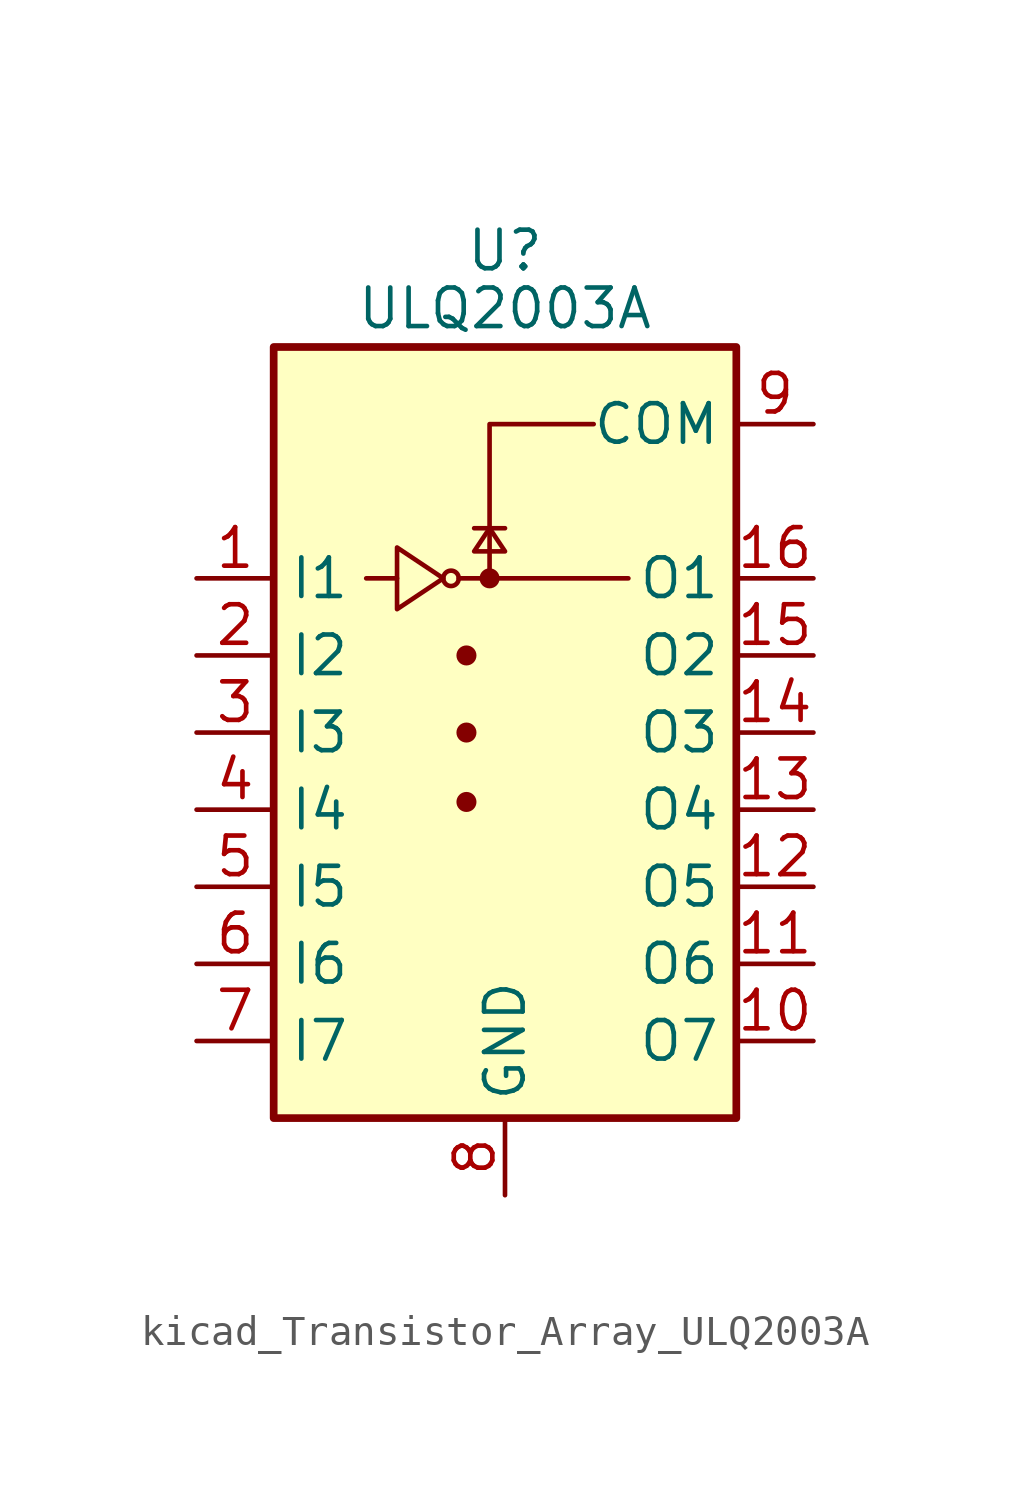
<source format=kicad_sym>
(kicad_symbol_lib
  (version 20220914)
  (generator kicad_symbol_editor)
  (symbol "kicad_Transistor_Array_ULQ2003A"
    (property "Reference" "U"
      (at 0 15.875 0)
      (effects (font (size 1.27 1.27))))
    (property "Value" "ULQ2003A"
      (at 0 13.97 0)
      (effects (font (size 1.27 1.27))))
    (symbol "kicad_Transistor_Array_ULQ2003A_0_1"
      (rectangle (start -7.62 -12.7) (end 7.62 12.7) (stroke (width 0.254) (type default)) (fill (type background)))
      (circle (center -1.778 5.08) (radius 0.254) (stroke (width 0) (type default)) (fill (type none)))
      (circle (center -1.27 -2.286) (radius 0.254) (stroke (width 0) (type default)) (fill (type outline)))
      (circle (center -1.27 0) (radius 0.254) (stroke (width 0) (type default)) (fill (type outline)))
      (circle (center -1.27 2.54) (radius 0.254) (stroke (width 0) (type default)) (fill (type outline)))
      (circle (center -0.508 5.08) (radius 0.254) (stroke (width 0) (type default)) (fill (type outline)))
      (polyline (pts (xy -4.572 5.08) (xy -3.556 5.08)) (stroke (width 0) (type default)) (fill (type none)))
      (polyline (pts (xy -1.524 5.08) (xy 4.064 5.08)) (stroke (width 0) (type default)) (fill (type none)))
      (polyline (pts (xy 0 6.731) (xy -1.016 6.731)) (stroke (width 0) (type default)) (fill (type none)))
      (polyline (pts (xy -0.508 5.08) (xy -0.508 10.16) (xy 2.921 10.16)) (stroke (width 0) (type default)) (fill (type none)))
      (polyline (pts (xy -3.556 6.096) (xy -3.556 4.064) (xy -2.032 5.08) (xy -3.556 6.096)) (stroke (width 0) (type default)) (fill (type none)))
      (polyline (pts (xy 0 5.969) (xy -1.016 5.969) (xy -0.508 6.731) (xy 0 5.969)) (stroke (width 0) (type default)) (fill (type none))))
    (symbol "kicad_Transistor_Array_ULQ2003A_1_1"
      (pin input line (at -10.16 5.08 0) (length 2.54) (name "I1" (effects (font (size 1.27 1.27)))) (number "1" (effects (font (size 1.27 1.27)))))
      (pin open_collector line (at 10.16 -10.16 180) (length 2.54) (name "O7" (effects (font (size 1.27 1.27)))) (number "10" (effects (font (size 1.27 1.27)))))
      (pin open_collector line (at 10.16 -7.62 180) (length 2.54) (name "O6" (effects (font (size 1.27 1.27)))) (number "11" (effects (font (size 1.27 1.27)))))
      (pin open_collector line (at 10.16 -5.08 180) (length 2.54) (name "O5" (effects (font (size 1.27 1.27)))) (number "12" (effects (font (size 1.27 1.27)))))
      (pin open_collector line (at 10.16 -2.54 180) (length 2.54) (name "O4" (effects (font (size 1.27 1.27)))) (number "13" (effects (font (size 1.27 1.27)))))
      (pin open_collector line (at 10.16 0 180) (length 2.54) (name "O3" (effects (font (size 1.27 1.27)))) (number "14" (effects (font (size 1.27 1.27)))))
      (pin open_collector line (at 10.16 2.54 180) (length 2.54) (name "O2" (effects (font (size 1.27 1.27)))) (number "15" (effects (font (size 1.27 1.27)))))
      (pin open_collector line (at 10.16 5.08 180) (length 2.54) (name "O1" (effects (font (size 1.27 1.27)))) (number "16" (effects (font (size 1.27 1.27)))))
      (pin input line (at -10.16 2.54 0) (length 2.54) (name "I2" (effects (font (size 1.27 1.27)))) (number "2" (effects (font (size 1.27 1.27)))))
      (pin input line (at -10.16 0 0) (length 2.54) (name "I3" (effects (font (size 1.27 1.27)))) (number "3" (effects (font (size 1.27 1.27)))))
      (pin input line (at -10.16 -2.54 0) (length 2.54) (name "I4" (effects (font (size 1.27 1.27)))) (number "4" (effects (font (size 1.27 1.27)))))
      (pin input line (at -10.16 -5.08 0) (length 2.54) (name "I5" (effects (font (size 1.27 1.27)))) (number "5" (effects (font (size 1.27 1.27)))))
      (pin input line (at -10.16 -7.62 0) (length 2.54) (name "I6" (effects (font (size 1.27 1.27)))) (number "6" (effects (font (size 1.27 1.27)))))
      (pin input line (at -10.16 -10.16 0) (length 2.54) (name "I7" (effects (font (size 1.27 1.27)))) (number "7" (effects (font (size 1.27 1.27)))))
      (pin power_in line (at 0 -15.24 90) (length 2.54) (name "GND" (effects (font (size 1.27 1.27)))) (number "8" (effects (font (size 1.27 1.27)))))
      (pin passive line (at 10.16 10.16 180) (length 2.54) (name "COM" (effects (font (size 1.27 1.27)))) (number "9" (effects (font (size 1.27 1.27))))))))
</source>
